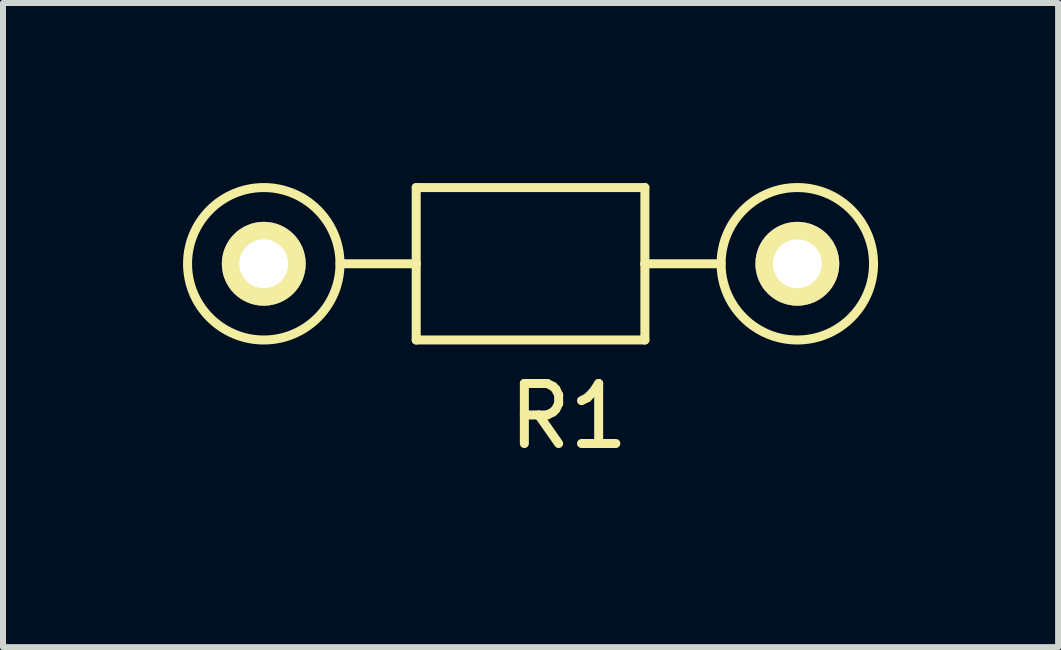
<source format=kicad_pcb>
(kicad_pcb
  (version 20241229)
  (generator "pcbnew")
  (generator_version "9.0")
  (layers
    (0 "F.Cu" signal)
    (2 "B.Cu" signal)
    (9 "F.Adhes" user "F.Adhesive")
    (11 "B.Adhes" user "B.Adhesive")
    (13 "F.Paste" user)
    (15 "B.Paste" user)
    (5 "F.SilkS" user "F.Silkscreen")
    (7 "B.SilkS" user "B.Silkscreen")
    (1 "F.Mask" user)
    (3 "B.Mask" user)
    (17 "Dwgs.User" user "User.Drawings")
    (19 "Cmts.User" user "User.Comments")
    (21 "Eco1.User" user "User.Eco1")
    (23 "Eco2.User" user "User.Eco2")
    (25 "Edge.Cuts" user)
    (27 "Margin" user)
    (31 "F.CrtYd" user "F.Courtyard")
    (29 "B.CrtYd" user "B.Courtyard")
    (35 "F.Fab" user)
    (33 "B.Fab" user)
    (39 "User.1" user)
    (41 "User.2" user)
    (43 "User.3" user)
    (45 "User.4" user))
  (footprint "R1"
    (layer "F.Cu")
    (at 2.615 1.345)
    (property "Reference" "R1" (at 3.81 2.54 0) (layer "F.SilkS") (effects (font (size 1 1) (thickness 0.15))))
    (attr through_hole)
    (fp_line (start 1.27 -1.27) (end 1.27 0) (stroke (width 0.15) (type solid)) (layer "F.SilkS"))
    (fp_line (start 1.27 0) (end 0 0) (stroke (width 0.15) (type solid)) (layer "F.SilkS"))
    (fp_line (start 1.27 0) (end 1.27 1.27) (stroke (width 0.15) (type solid)) (layer "F.SilkS"))
    (fp_line (start 1.27 1.27) (end 5.08 1.27) (stroke (width 0.15) (type solid)) (layer "F.SilkS"))
    (fp_line (start 5.08 -1.27) (end 1.27 -1.27) (stroke (width 0.15) (type solid)) (layer "F.SilkS"))
    (fp_line (start 5.08 0) (end 5.08 -1.27) (stroke (width 0.15) (type solid)) (layer "F.SilkS"))
    (fp_line (start 5.08 1.27) (end 5.08 0) (stroke (width 0.15) (type solid)) (layer "F.SilkS"))
    (fp_line (start 6.35 0) (end 5.08 0) (stroke (width 0.15) (type solid)) (layer "F.SilkS"))
    (fp_circle (center -1.27 0) (end 0 0) (stroke (width 0.15) (type solid)) (fill no) (layer "F.SilkS"))
    (fp_circle (center 7.62 0) (end 7.62 1.27) (stroke (width 0.15) (type solid)) (fill no) (layer "F.SilkS"))
    (pad "1" thru_hole circle (at -1.27 0) (size 1.397 1.397) (drill 0.813) (layers "*.Cu" "*.Mask" "F.SilkS"))
    (pad "2" thru_hole circle (at 7.62 0) (size 1.397 1.397) (drill 0.813) (layers "*.Cu" "*.Mask" "F.SilkS")))
  (gr_rect
    (start -3 -3)
    (end 14.58 7.733)
    (stroke (width 0.1) (type default))
    (fill no)
    (layer "Edge.Cuts")))
</source>
